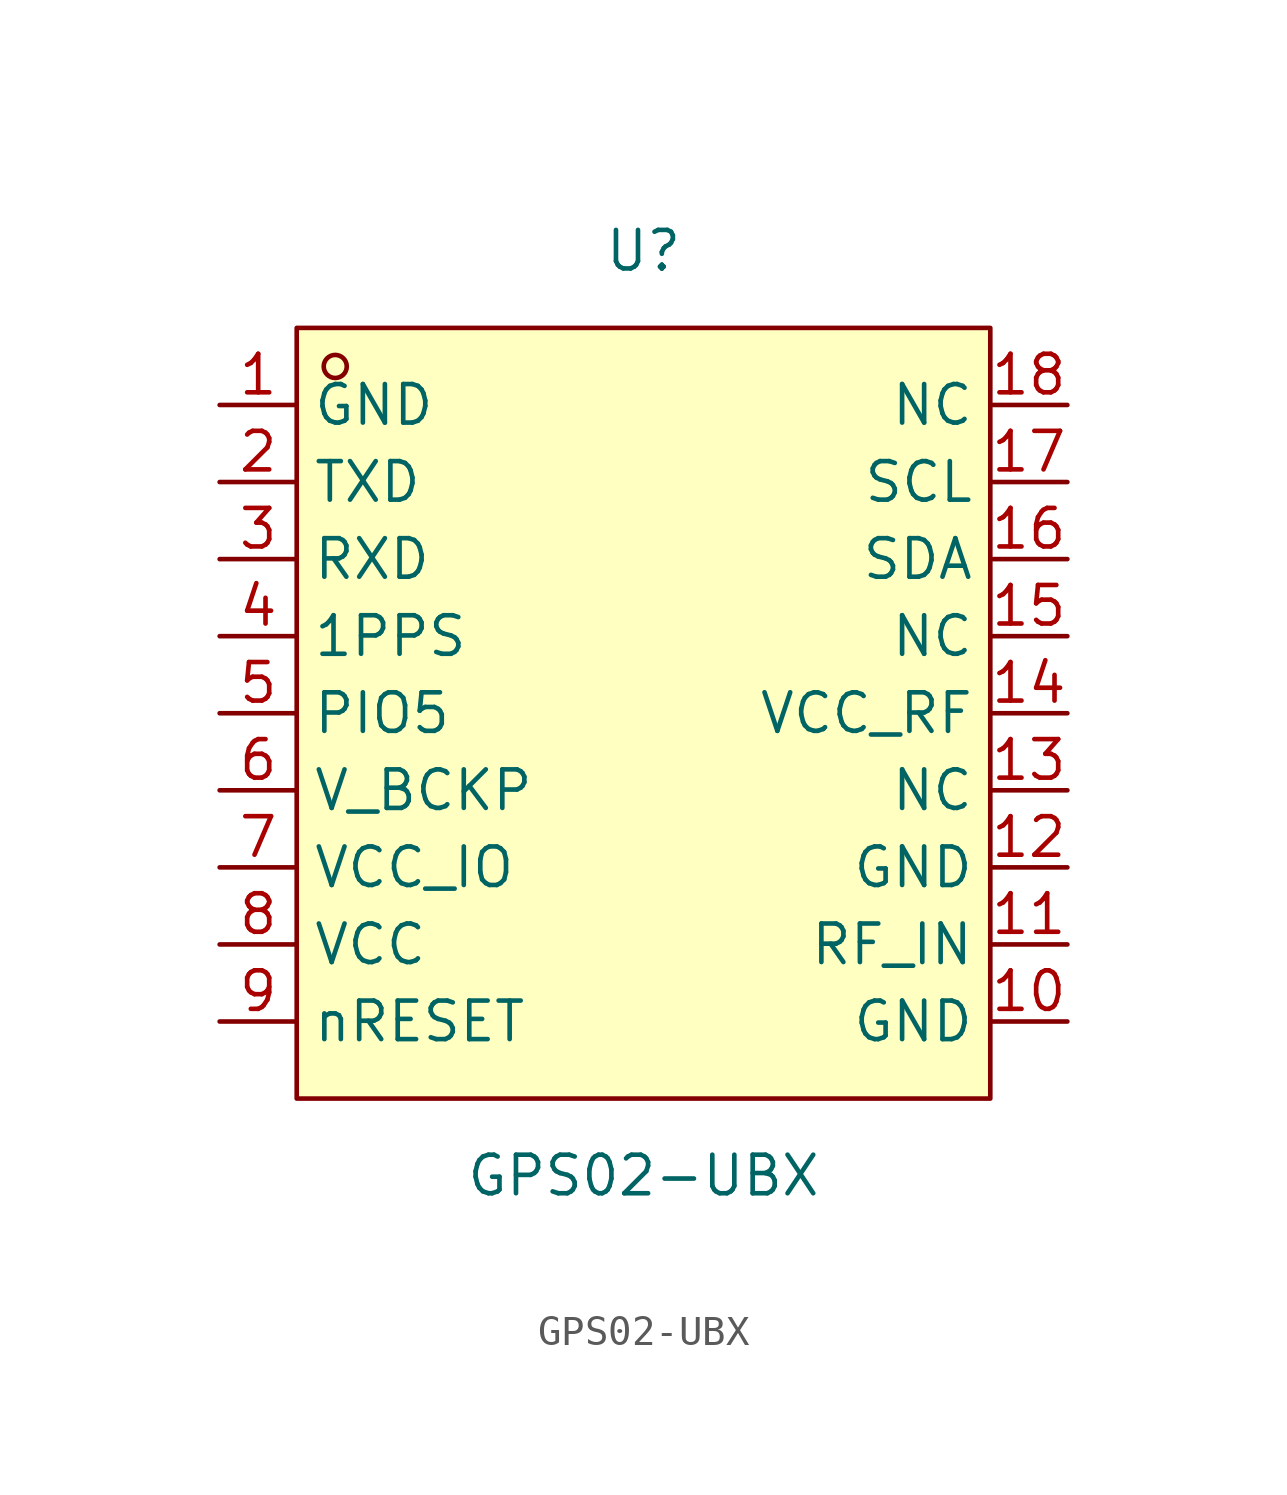
<source format=kicad_sym>
(kicad_symbol_lib
  (version 20211014)
  (generator https://github.com/uPesy/easyeda2kicad.py)
  (symbol "GPS02-UBX"
    (property "Reference" "U"
      (at 0 15.24 0)
      (effects (font (size 1.27 1.27))))
    (property "Value" "GPS02-UBX"
      (at 0 -15.24 0)
      (effects (font (size 1.27 1.27))))
    (symbol "GPS02-UBX_0_1"
      (rectangle (start -11.43 12.70) (end 11.43 -12.70) (stroke (width 0) (type default) (color 0 0 0 0)) (fill (type background)))
      (circle (center -10.16 11.43) (radius 0.38) (stroke (width 0) (type default) (color 0 0 0 0)) (fill (type none)))
      (pin unspecified line (at -13.97 10.16 0) (length 2.54) (name "GND" (effects (font (size 1.27 1.27)))) (number "1" (effects (font (size 1.27 1.27)))))
      (pin unspecified line (at -13.97 7.62 0) (length 2.54) (name "TXD" (effects (font (size 1.27 1.27)))) (number "2" (effects (font (size 1.27 1.27)))))
      (pin unspecified line (at -13.97 5.08 0) (length 2.54) (name "RXD" (effects (font (size 1.27 1.27)))) (number "3" (effects (font (size 1.27 1.27)))))
      (pin unspecified line (at -13.97 2.54 0) (length 2.54) (name "1PPS" (effects (font (size 1.27 1.27)))) (number "4" (effects (font (size 1.27 1.27)))))
      (pin unspecified line (at -13.97 -0.00 0) (length 2.54) (name "PIO5" (effects (font (size 1.27 1.27)))) (number "5" (effects (font (size 1.27 1.27)))))
      (pin unspecified line (at -13.97 -2.54 0) (length 2.54) (name "V_BCKP" (effects (font (size 1.27 1.27)))) (number "6" (effects (font (size 1.27 1.27)))))
      (pin unspecified line (at -13.97 -5.08 0) (length 2.54) (name "VCC_IO" (effects (font (size 1.27 1.27)))) (number "7" (effects (font (size 1.27 1.27)))))
      (pin unspecified line (at -13.97 -7.62 0) (length 2.54) (name "VCC" (effects (font (size 1.27 1.27)))) (number "8" (effects (font (size 1.27 1.27)))))
      (pin unspecified line (at -13.97 -10.16 0) (length 2.54) (name "nRESET" (effects (font (size 1.27 1.27)))) (number "9" (effects (font (size 1.27 1.27)))))
      (pin unspecified line (at 13.97 -10.16 180) (length 2.54) (name "GND" (effects (font (size 1.27 1.27)))) (number "10" (effects (font (size 1.27 1.27)))))
      (pin unspecified line (at 13.97 -7.62 180) (length 2.54) (name "RF_IN" (effects (font (size 1.27 1.27)))) (number "11" (effects (font (size 1.27 1.27)))))
      (pin unspecified line (at 13.97 -5.08 180) (length 2.54) (name "GND" (effects (font (size 1.27 1.27)))) (number "12" (effects (font (size 1.27 1.27)))))
      (pin unspecified line (at 13.97 -2.54 180) (length 2.54) (name "NC" (effects (font (size 1.27 1.27)))) (number "13" (effects (font (size 1.27 1.27)))))
      (pin unspecified line (at 13.97 -0.00 180) (length 2.54) (name "VCC_RF" (effects (font (size 1.27 1.27)))) (number "14" (effects (font (size 1.27 1.27)))))
      (pin unspecified line (at 13.97 2.54 180) (length 2.54) (name "NC" (effects (font (size 1.27 1.27)))) (number "15" (effects (font (size 1.27 1.27)))))
      (pin unspecified line (at 13.97 5.08 180) (length 2.54) (name "SDA" (effects (font (size 1.27 1.27)))) (number "16" (effects (font (size 1.27 1.27)))))
      (pin unspecified line (at 13.97 7.62 180) (length 2.54) (name "SCL" (effects (font (size 1.27 1.27)))) (number "17" (effects (font (size 1.27 1.27)))))
      (pin unspecified line (at 13.97 10.16 180) (length 2.54) (name "NC" (effects (font (size 1.27 1.27)))) (number "18" (effects (font (size 1.27 1.27))))))))
</source>
